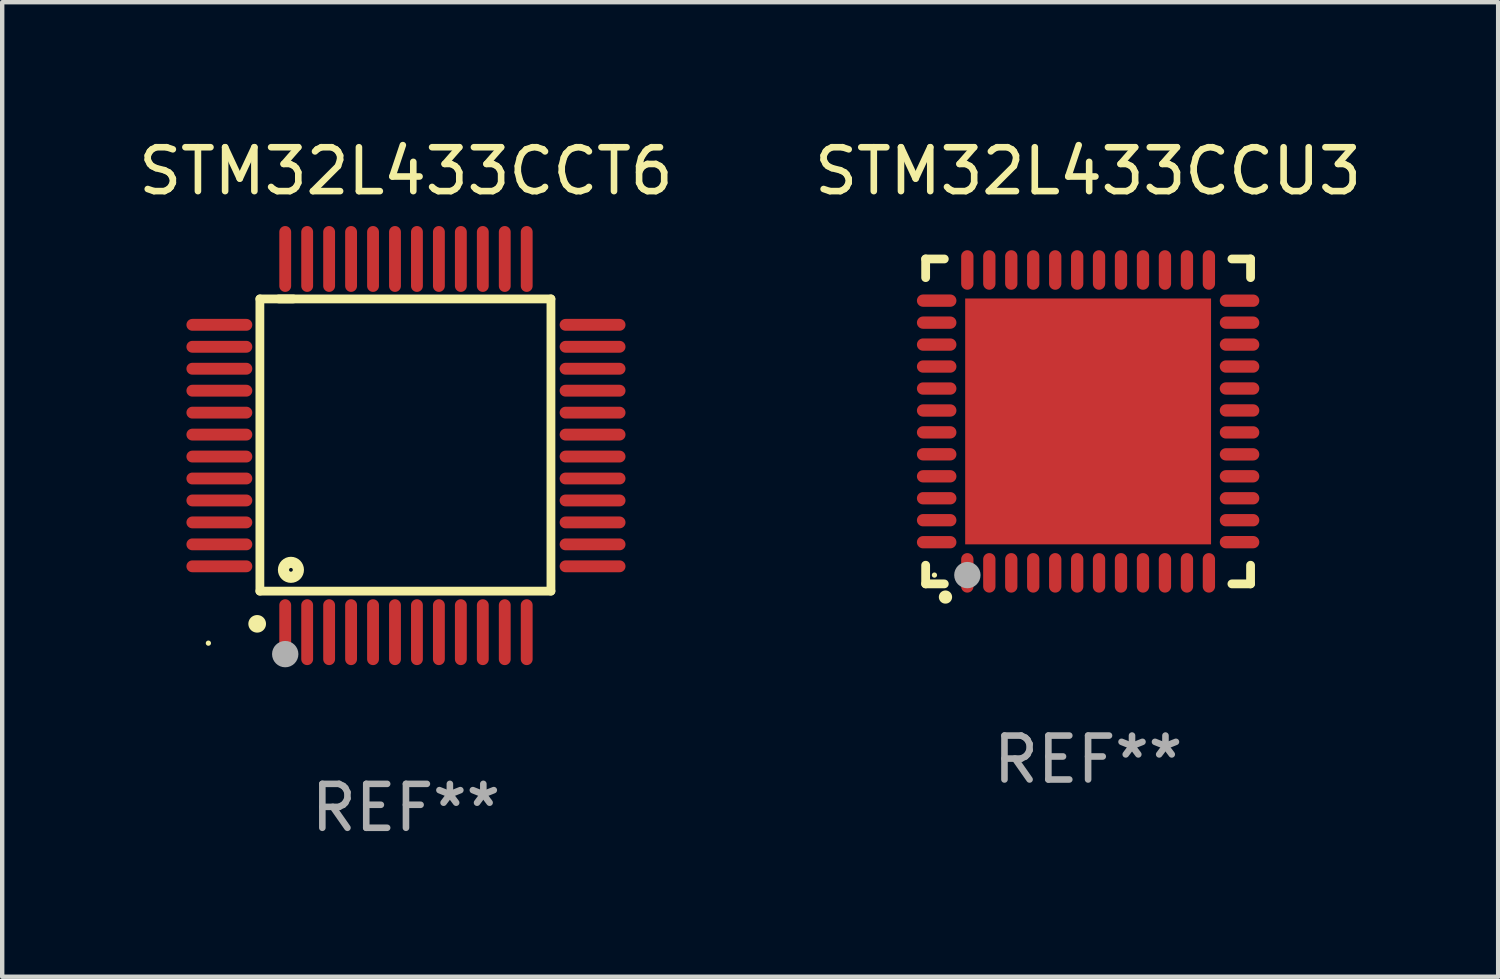
<source format=kicad_pcb>
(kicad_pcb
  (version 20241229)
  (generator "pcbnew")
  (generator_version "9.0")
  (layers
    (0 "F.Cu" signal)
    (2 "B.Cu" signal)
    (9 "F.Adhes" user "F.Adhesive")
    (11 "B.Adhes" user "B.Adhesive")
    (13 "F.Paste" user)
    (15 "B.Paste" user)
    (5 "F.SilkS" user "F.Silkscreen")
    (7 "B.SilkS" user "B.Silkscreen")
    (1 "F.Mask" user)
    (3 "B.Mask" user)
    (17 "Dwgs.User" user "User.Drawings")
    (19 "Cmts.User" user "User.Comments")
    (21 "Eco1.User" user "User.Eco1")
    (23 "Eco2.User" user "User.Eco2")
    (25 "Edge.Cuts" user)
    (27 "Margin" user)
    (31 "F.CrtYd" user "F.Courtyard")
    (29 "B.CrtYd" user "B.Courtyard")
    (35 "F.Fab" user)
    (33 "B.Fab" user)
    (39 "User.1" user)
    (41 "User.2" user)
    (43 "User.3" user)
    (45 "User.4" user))
  (footprint "STM32L433CCU3"
    (layer "F.Cu")
    (at 21.732 6.548)
    (property "Reference" "STM32L433CCU3" (at 0 -5.7 0) (layer "F.SilkS") (effects (font (size 1 1) (thickness 0.15))))
    (attr through_hole)
    (fp_line (start -3.7 -3.7) (end -3.275 -3.7) (stroke (width 0.2) (type solid)) (layer "F.SilkS"))
    (fp_line (start -3.7 -3.275) (end -3.7 -3.7) (stroke (width 0.2) (type solid)) (layer "F.SilkS"))
    (fp_line (start -3.7 3.7) (end -3.7 3.275) (stroke (width 0.2) (type solid)) (layer "F.SilkS"))
    (fp_line (start -3.275 3.7) (end -3.7 3.7) (stroke (width 0.2) (type solid)) (layer "F.SilkS"))
    (fp_line (start 3.7 -3.7) (end 3.275 -3.7) (stroke (width 0.2) (type solid)) (layer "F.SilkS"))
    (fp_line (start 3.7 -3.275) (end 3.7 -3.7) (stroke (width 0.2) (type solid)) (layer "F.SilkS"))
    (fp_line (start 3.7 3.275) (end 3.7 3.7) (stroke (width 0.2) (type solid)) (layer "F.SilkS"))
    (fp_line (start 3.7 3.7) (end 3.275 3.7) (stroke (width 0.2) (type solid)) (layer "F.SilkS"))
    (fp_arc (start -3.249936 3.999975) (mid -3.248666 3.99997) (end -3.247396 3.999975) (stroke (width 0.3) (type solid)) (layer "F.SilkS"))
    (fp_circle (center -3.5 3.5) (end -3.47 3.5) (stroke (width 0.06) (type solid)) (fill no) (layer "F.SilkS"))
    (fp_circle (center -2.75 3.5) (end -2.6 3.5) (stroke (width 0.3) (type solid)) (fill no) (layer "F.Fab"))
    (fp_text user "REF**" (at 0 7.7 0) (layer "F.Fab") (effects (font (size 1 1) (thickness 0.15))))
    (pad "1" smd oval (at -2.751 3.449) (size 0.28 0.9) (layers "F.Cu" "F.Mask" "F.Paste"))
    (pad "2" smd oval (at -2.25 3.449) (size 0.28 0.9) (layers "F.Cu" "F.Mask" "F.Paste"))
    (pad "3" smd oval (at -1.75 3.449) (size 0.28 0.9) (layers "F.Cu" "F.Mask" "F.Paste"))
    (pad "4" smd oval (at -1.25 3.449) (size 0.28 0.9) (layers "F.Cu" "F.Mask" "F.Paste"))
    (pad "5" smd oval (at -0.749 3.449) (size 0.28 0.9) (layers "F.Cu" "F.Mask" "F.Paste"))
    (pad "6" smd oval (at -0.249 3.449) (size 0.28 0.9) (layers "F.Cu" "F.Mask" "F.Paste"))
    (pad "7" smd oval (at 0.249 3.449) (size 0.28 0.9) (layers "F.Cu" "F.Mask" "F.Paste"))
    (pad "8" smd oval (at 0.749 3.449) (size 0.28 0.9) (layers "F.Cu" "F.Mask" "F.Paste"))
    (pad "9" smd oval (at 1.25 3.449) (size 0.28 0.9) (layers "F.Cu" "F.Mask" "F.Paste"))
    (pad "10" smd oval (at 1.75 3.449) (size 0.28 0.9) (layers "F.Cu" "F.Mask" "F.Paste"))
    (pad "11" smd oval (at 2.251 3.449) (size 0.28 0.9) (layers "F.Cu" "F.Mask" "F.Paste"))
    (pad "12" smd oval (at 2.751 3.449) (size 0.28 0.9) (layers "F.Cu" "F.Mask" "F.Paste"))
    (pad "13" smd oval (at 3.449 2.75) (size 0.9 0.28) (layers "F.Cu" "F.Mask" "F.Paste"))
    (pad "14" smd oval (at 3.449 2.25) (size 0.9 0.28) (layers "F.Cu" "F.Mask" "F.Paste"))
    (pad "15" smd oval (at 3.449 1.75) (size 0.9 0.28) (layers "F.Cu" "F.Mask" "F.Paste"))
    (pad "16" smd oval (at 3.449 1.25) (size 0.9 0.28) (layers "F.Cu" "F.Mask" "F.Paste"))
    (pad "17" smd oval (at 3.449 0.75) (size 0.9 0.28) (layers "F.Cu" "F.Mask" "F.Paste"))
    (pad "18" smd oval (at 3.449 0.25) (size 0.9 0.28) (layers "F.Cu" "F.Mask" "F.Paste"))
    (pad "19" smd oval (at 3.449 -0.25) (size 0.9 0.28) (layers "F.Cu" "F.Mask" "F.Paste"))
    (pad "20" smd oval (at 3.449 -0.75) (size 0.9 0.28) (layers "F.Cu" "F.Mask" "F.Paste"))
    (pad "21" smd oval (at 3.449 -1.25) (size 0.9 0.28) (layers "F.Cu" "F.Mask" "F.Paste"))
    (pad "22" smd oval (at 3.449 -1.75) (size 0.9 0.28) (layers "F.Cu" "F.Mask" "F.Paste"))
    (pad "23" smd oval (at 3.449 -2.25) (size 0.9 0.28) (layers "F.Cu" "F.Mask" "F.Paste"))
    (pad "24" smd oval (at 3.449 -2.75) (size 0.9 0.28) (layers "F.Cu" "F.Mask" "F.Paste"))
    (pad "25" smd oval (at 2.751 -3.449) (size 0.28 0.9) (layers "F.Cu" "F.Mask" "F.Paste"))
    (pad "26" smd oval (at 2.251 -3.449) (size 0.28 0.9) (layers "F.Cu" "F.Mask" "F.Paste"))
    (pad "27" smd oval (at 1.75 -3.449) (size 0.28 0.9) (layers "F.Cu" "F.Mask" "F.Paste"))
    (pad "28" smd oval (at 1.25 -3.449) (size 0.28 0.9) (layers "F.Cu" "F.Mask" "F.Paste"))
    (pad "29" smd oval (at 0.749 -3.449) (size 0.28 0.9) (layers "F.Cu" "F.Mask" "F.Paste"))
    (pad "30" smd oval (at 0.249 -3.449) (size 0.28 0.9) (layers "F.Cu" "F.Mask" "F.Paste"))
    (pad "31" smd oval (at -0.249 -3.449) (size 0.28 0.9) (layers "F.Cu" "F.Mask" "F.Paste"))
    (pad "32" smd oval (at -0.749 -3.449) (size 0.28 0.9) (layers "F.Cu" "F.Mask" "F.Paste"))
    (pad "33" smd oval (at -1.25 -3.449) (size 0.28 0.9) (layers "F.Cu" "F.Mask" "F.Paste"))
    (pad "34" smd oval (at -1.75 -3.449) (size 0.28 0.9) (layers "F.Cu" "F.Mask" "F.Paste"))
    (pad "35" smd oval (at -2.25 -3.449) (size 0.28 0.9) (layers "F.Cu" "F.Mask" "F.Paste"))
    (pad "36" smd oval (at -2.751 -3.449) (size 0.28 0.9) (layers "F.Cu" "F.Mask" "F.Paste"))
    (pad "37" smd oval (at -3.449 -2.751) (size 0.9 0.28) (layers "F.Cu" "F.Mask" "F.Paste"))
    (pad "38" smd oval (at -3.449 -2.25) (size 0.9 0.28) (layers "F.Cu" "F.Mask" "F.Paste"))
    (pad "39" smd oval (at -3.449 -1.75) (size 0.9 0.28) (layers "F.Cu" "F.Mask" "F.Paste"))
    (pad "40" smd oval (at -3.449 -1.25) (size 0.9 0.28) (layers "F.Cu" "F.Mask" "F.Paste"))
    (pad "41" smd oval (at -3.449 -0.749) (size 0.9 0.28) (layers "F.Cu" "F.Mask" "F.Paste"))
    (pad "42" smd oval (at -3.449 -0.249) (size 0.9 0.28) (layers "F.Cu" "F.Mask" "F.Paste"))
    (pad "43" smd oval (at -3.449 0.249) (size 0.9 0.28) (layers "F.Cu" "F.Mask" "F.Paste"))
    (pad "44" smd oval (at -3.449 0.749) (size 0.9 0.28) (layers "F.Cu" "F.Mask" "F.Paste"))
    (pad "45" smd oval (at -3.449 1.25) (size 0.9 0.28) (layers "F.Cu" "F.Mask" "F.Paste"))
    (pad "46" smd oval (at -3.449 1.75) (size 0.9 0.28) (layers "F.Cu" "F.Mask" "F.Paste"))
    (pad "47" smd oval (at -3.449 2.25) (size 0.9 0.28) (layers "F.Cu" "F.Mask" "F.Paste"))
    (pad "48" smd oval (at -3.449 2.751) (size 0.9 0.28) (layers "F.Cu" "F.Mask" "F.Paste"))
    (pad "49" smd rect (at 0.000076 -0.000025) (size 5.6 5.6) (layers "F.Cu" "F.Mask" "F.Paste")))
  (footprint "STM32L433CCT6"
    (layer "F.Cu")
    (at 6.196 7.098)
    (property "Reference" "STM32L433CCT6" (at 0 -6.25 0) (layer "F.SilkS") (effects (font (size 1 1) (thickness 0.15))))
    (attr through_hole)
    (fp_line (start -3.327 -3.34) (end -2.565 -3.34) (stroke (width 0.2) (type solid)) (layer "F.SilkS"))
    (fp_line (start -3.327 3.315) (end -3.327 -3.34) (stroke (width 0.2) (type solid)) (layer "F.SilkS"))
    (fp_line (start -2.896 -3.34) (end 3.302 -3.34) (stroke (width 0.2) (type solid)) (layer "F.SilkS"))
    (fp_line (start 3.302 -3.34) (end 3.302 3.315) (stroke (width 0.2) (type solid)) (layer "F.SilkS"))
    (fp_line (start 3.302 3.315) (end -3.327 3.315) (stroke (width 0.2) (type solid)) (layer "F.SilkS"))
    (fp_arc (start -3.389992 4.059995) (mid -3.388722 4.059991) (end -3.387452 4.059995) (stroke (width 0.4) (type solid)) (layer "F.SilkS"))
    (fp_circle (center -4.5 4.5) (end -4.47 4.5) (stroke (width 0.06) (type solid)) (fill no) (layer "F.SilkS"))
    (fp_circle (center -2.62 2.83) (end -2.45 2.83) (stroke (width 0.254) (type solid)) (fill no) (layer "F.SilkS"))
    (fp_circle (center -2.75 4.75) (end -2.6 4.75) (stroke (width 0.3) (type solid)) (fill no) (layer "F.Fab"))
    (fp_text user "REF**" (at 0 8.25 0) (layer "F.Fab") (effects (font (size 1 1) (thickness 0.15))))
    (pad "1" smd oval (at -2.75 4.25) (size 0.27 1.5) (layers "F.Cu" "F.Mask" "F.Paste"))
    (pad "2" smd oval (at -2.25 4.25) (size 0.27 1.5) (layers "F.Cu" "F.Mask" "F.Paste"))
    (pad "3" smd oval (at -1.75 4.25) (size 0.27 1.5) (layers "F.Cu" "F.Mask" "F.Paste"))
    (pad "4" smd oval (at -1.25 4.25) (size 0.27 1.5) (layers "F.Cu" "F.Mask" "F.Paste"))
    (pad "5" smd oval (at -0.75 4.25) (size 0.27 1.5) (layers "F.Cu" "F.Mask" "F.Paste"))
    (pad "6" smd oval (at -0.25 4.25) (size 0.27 1.5) (layers "F.Cu" "F.Mask" "F.Paste"))
    (pad "7" smd oval (at 0.25 4.25) (size 0.27 1.5) (layers "F.Cu" "F.Mask" "F.Paste"))
    (pad "8" smd oval (at 0.75 4.25) (size 0.27 1.5) (layers "F.Cu" "F.Mask" "F.Paste"))
    (pad "9" smd oval (at 1.25 4.25) (size 0.27 1.5) (layers "F.Cu" "F.Mask" "F.Paste"))
    (pad "10" smd oval (at 1.75 4.25) (size 0.27 1.5) (layers "F.Cu" "F.Mask" "F.Paste"))
    (pad "11" smd oval (at 2.25 4.25) (size 0.27 1.5) (layers "F.Cu" "F.Mask" "F.Paste"))
    (pad "12" smd oval (at 2.75 4.25) (size 0.27 1.5) (layers "F.Cu" "F.Mask" "F.Paste"))
    (pad "13" smd oval (at 4.25 2.75) (size 1.5 0.27) (layers "F.Cu" "F.Mask" "F.Paste"))
    (pad "14" smd oval (at 4.25 2.25) (size 1.5 0.27) (layers "F.Cu" "F.Mask" "F.Paste"))
    (pad "15" smd oval (at 4.25 1.75) (size 1.5 0.27) (layers "F.Cu" "F.Mask" "F.Paste"))
    (pad "16" smd oval (at 4.25 1.25) (size 1.5 0.27) (layers "F.Cu" "F.Mask" "F.Paste"))
    (pad "17" smd oval (at 4.25 0.75) (size 1.5 0.27) (layers "F.Cu" "F.Mask" "F.Paste"))
    (pad "18" smd oval (at 4.25 0.25) (size 1.5 0.27) (layers "F.Cu" "F.Mask" "F.Paste"))
    (pad "19" smd oval (at 4.25 -0.25) (size 1.5 0.27) (layers "F.Cu" "F.Mask" "F.Paste"))
    (pad "20" smd oval (at 4.25 -0.75) (size 1.5 0.27) (layers "F.Cu" "F.Mask" "F.Paste"))
    (pad "21" smd oval (at 4.25 -1.25) (size 1.5 0.27) (layers "F.Cu" "F.Mask" "F.Paste"))
    (pad "22" smd oval (at 4.25 -1.75) (size 1.5 0.27) (layers "F.Cu" "F.Mask" "F.Paste"))
    (pad "23" smd oval (at 4.25 -2.25) (size 1.5 0.27) (layers "F.Cu" "F.Mask" "F.Paste"))
    (pad "24" smd oval (at 4.25 -2.75) (size 1.5 0.27) (layers "F.Cu" "F.Mask" "F.Paste"))
    (pad "25" smd oval (at 2.75 -4.25) (size 0.27 1.5) (layers "F.Cu" "F.Mask" "F.Paste"))
    (pad "26" smd oval (at 2.25 -4.25) (size 0.27 1.5) (layers "F.Cu" "F.Mask" "F.Paste"))
    (pad "27" smd oval (at 1.75 -4.25) (size 0.27 1.5) (layers "F.Cu" "F.Mask" "F.Paste"))
    (pad "28" smd oval (at 1.25 -4.25) (size 0.27 1.5) (layers "F.Cu" "F.Mask" "F.Paste"))
    (pad "29" smd oval (at 0.75 -4.25) (size 0.27 1.5) (layers "F.Cu" "F.Mask" "F.Paste"))
    (pad "30" smd oval (at 0.25 -4.25) (size 0.27 1.5) (layers "F.Cu" "F.Mask" "F.Paste"))
    (pad "31" smd oval (at -0.25 -4.25) (size 0.27 1.5) (layers "F.Cu" "F.Mask" "F.Paste"))
    (pad "32" smd oval (at -0.75 -4.25) (size 0.27 1.5) (layers "F.Cu" "F.Mask" "F.Paste"))
    (pad "33" smd oval (at -1.25 -4.25) (size 0.27 1.5) (layers "F.Cu" "F.Mask" "F.Paste"))
    (pad "34" smd oval (at -1.75 -4.25) (size 0.27 1.5) (layers "F.Cu" "F.Mask" "F.Paste"))
    (pad "35" smd oval (at -2.25 -4.25) (size 0.27 1.5) (layers "F.Cu" "F.Mask" "F.Paste"))
    (pad "36" smd oval (at -2.75 -4.25) (size 0.27 1.5) (layers "F.Cu" "F.Mask" "F.Paste"))
    (pad "37" smd oval (at -4.25 -2.75) (size 1.5 0.27) (layers "F.Cu" "F.Mask" "F.Paste"))
    (pad "38" smd oval (at -4.25 -2.25) (size 1.5 0.27) (layers "F.Cu" "F.Mask" "F.Paste"))
    (pad "39" smd oval (at -4.25 -1.75) (size 1.5 0.27) (layers "F.Cu" "F.Mask" "F.Paste"))
    (pad "40" smd oval (at -4.25 -1.25) (size 1.5 0.27) (layers "F.Cu" "F.Mask" "F.Paste"))
    (pad "41" smd oval (at -4.25 -0.75) (size 1.5 0.27) (layers "F.Cu" "F.Mask" "F.Paste"))
    (pad "42" smd oval (at -4.25 -0.25) (size 1.5 0.27) (layers "F.Cu" "F.Mask" "F.Paste"))
    (pad "43" smd oval (at -4.25 0.25) (size 1.5 0.27) (layers "F.Cu" "F.Mask" "F.Paste"))
    (pad "44" smd oval (at -4.25 0.75) (size 1.5 0.27) (layers "F.Cu" "F.Mask" "F.Paste"))
    (pad "45" smd oval (at -4.25 1.25) (size 1.5 0.27) (layers "F.Cu" "F.Mask" "F.Paste"))
    (pad "46" smd oval (at -4.25 1.75) (size 1.5 0.27) (layers "F.Cu" "F.Mask" "F.Paste"))
    (pad "47" smd oval (at -4.25 2.25) (size 1.5 0.27) (layers "F.Cu" "F.Mask" "F.Paste"))
    (pad "48" smd oval (at -4.25 2.75) (size 1.5 0.27) (layers "F.Cu" "F.Mask" "F.Paste")))
  (gr_rect
    (start -3 -3)
    (end 31.071 19.196)
    (stroke (width 0.1) (type default))
    (fill no)
    (layer "Edge.Cuts")))
</source>
